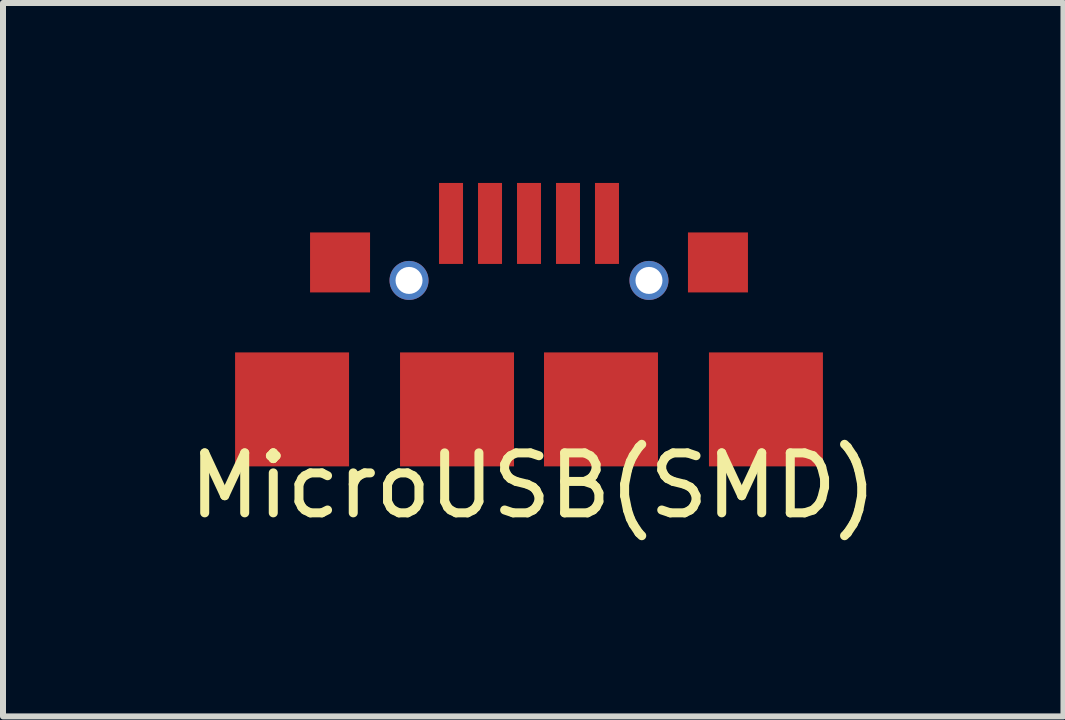
<source format=kicad_pcb>
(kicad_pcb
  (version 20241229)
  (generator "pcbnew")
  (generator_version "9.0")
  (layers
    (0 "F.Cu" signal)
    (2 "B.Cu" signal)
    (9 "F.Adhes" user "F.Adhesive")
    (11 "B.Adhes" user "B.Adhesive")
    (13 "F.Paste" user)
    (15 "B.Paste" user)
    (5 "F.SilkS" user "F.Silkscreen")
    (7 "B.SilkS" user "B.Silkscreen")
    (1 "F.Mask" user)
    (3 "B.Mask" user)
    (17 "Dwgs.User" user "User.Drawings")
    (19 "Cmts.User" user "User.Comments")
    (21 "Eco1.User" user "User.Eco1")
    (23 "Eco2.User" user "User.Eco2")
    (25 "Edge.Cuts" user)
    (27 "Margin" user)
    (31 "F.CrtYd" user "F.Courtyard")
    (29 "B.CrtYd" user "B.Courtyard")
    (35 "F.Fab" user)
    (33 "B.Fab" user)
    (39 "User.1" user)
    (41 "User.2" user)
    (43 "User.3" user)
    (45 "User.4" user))
  (footprint "MicroUSB(SMD)"
    (layer "F.Cu")
    (at 5.769 2.655)
    (property "Reference" "MicroUSB(SMD)" (at 0.07 2.39 0) (layer "F.SilkS") (effects (font (size 1 1) (thickness 0.15))))
    (attr through_hole)
    (pad "1" smd rect (at -3.95 1.12) (size 1.9 1.9) (layers "F.Cu" "F.Mask" "F.Paste"))
    (pad "1" smd rect (at -3.15 -1.33 180) (size 1 1) (layers "F.Cu" "F.Mask" "F.Paste"))
    (pad "1" thru_hole circle (at -2 -1.03 180) (size 0.65 0.65) (drill 0.45) (layers "*.Cu" "*.Mask"))
    (pad "1" smd rect (at -1.3 -1.98 180) (size 0.4 1.35) (layers "F.Cu" "F.Mask" "F.Paste"))
    (pad "1" smd rect (at -1.2 1.12 180) (size 1.9 1.9) (layers "F.Cu" "F.Mask" "F.Paste"))
    (pad "1" smd rect (at -0.65 -1.98 180) (size 0.4 1.35) (layers "F.Cu" "F.Mask" "F.Paste"))
    (pad "1" smd rect (at 0 -1.98 180) (size 0.4 1.35) (layers "F.Cu" "F.Mask" "F.Paste"))
    (pad "1" smd rect (at 0.65 -1.98 180) (size 0.4 1.35) (layers "F.Cu" "F.Mask" "F.Paste"))
    (pad "1" smd rect (at 1.2 1.12 180) (size 1.9 1.9) (layers "F.Cu" "F.Mask" "F.Paste"))
    (pad "1" smd rect (at 1.3 -1.98 180) (size 0.4 1.35) (layers "F.Cu" "F.Mask" "F.Paste"))
    (pad "1" thru_hole circle (at 2 -1.03 180) (size 0.65 0.65) (drill 0.45) (layers "*.Cu" "*.Mask"))
    (pad "1" smd rect (at 3.15 -1.33 180) (size 1 1) (layers "F.Cu" "F.Mask" "F.Paste"))
    (pad "1" smd rect (at 3.95 1.12 180) (size 1.9 1.9) (layers "F.Cu" "F.Mask" "F.Paste")))
  (gr_rect
    (start -3 -3)
    (end 14.679 8.893)
    (stroke (width 0.1) (type default))
    (fill no)
    (layer "Edge.Cuts")))
</source>
